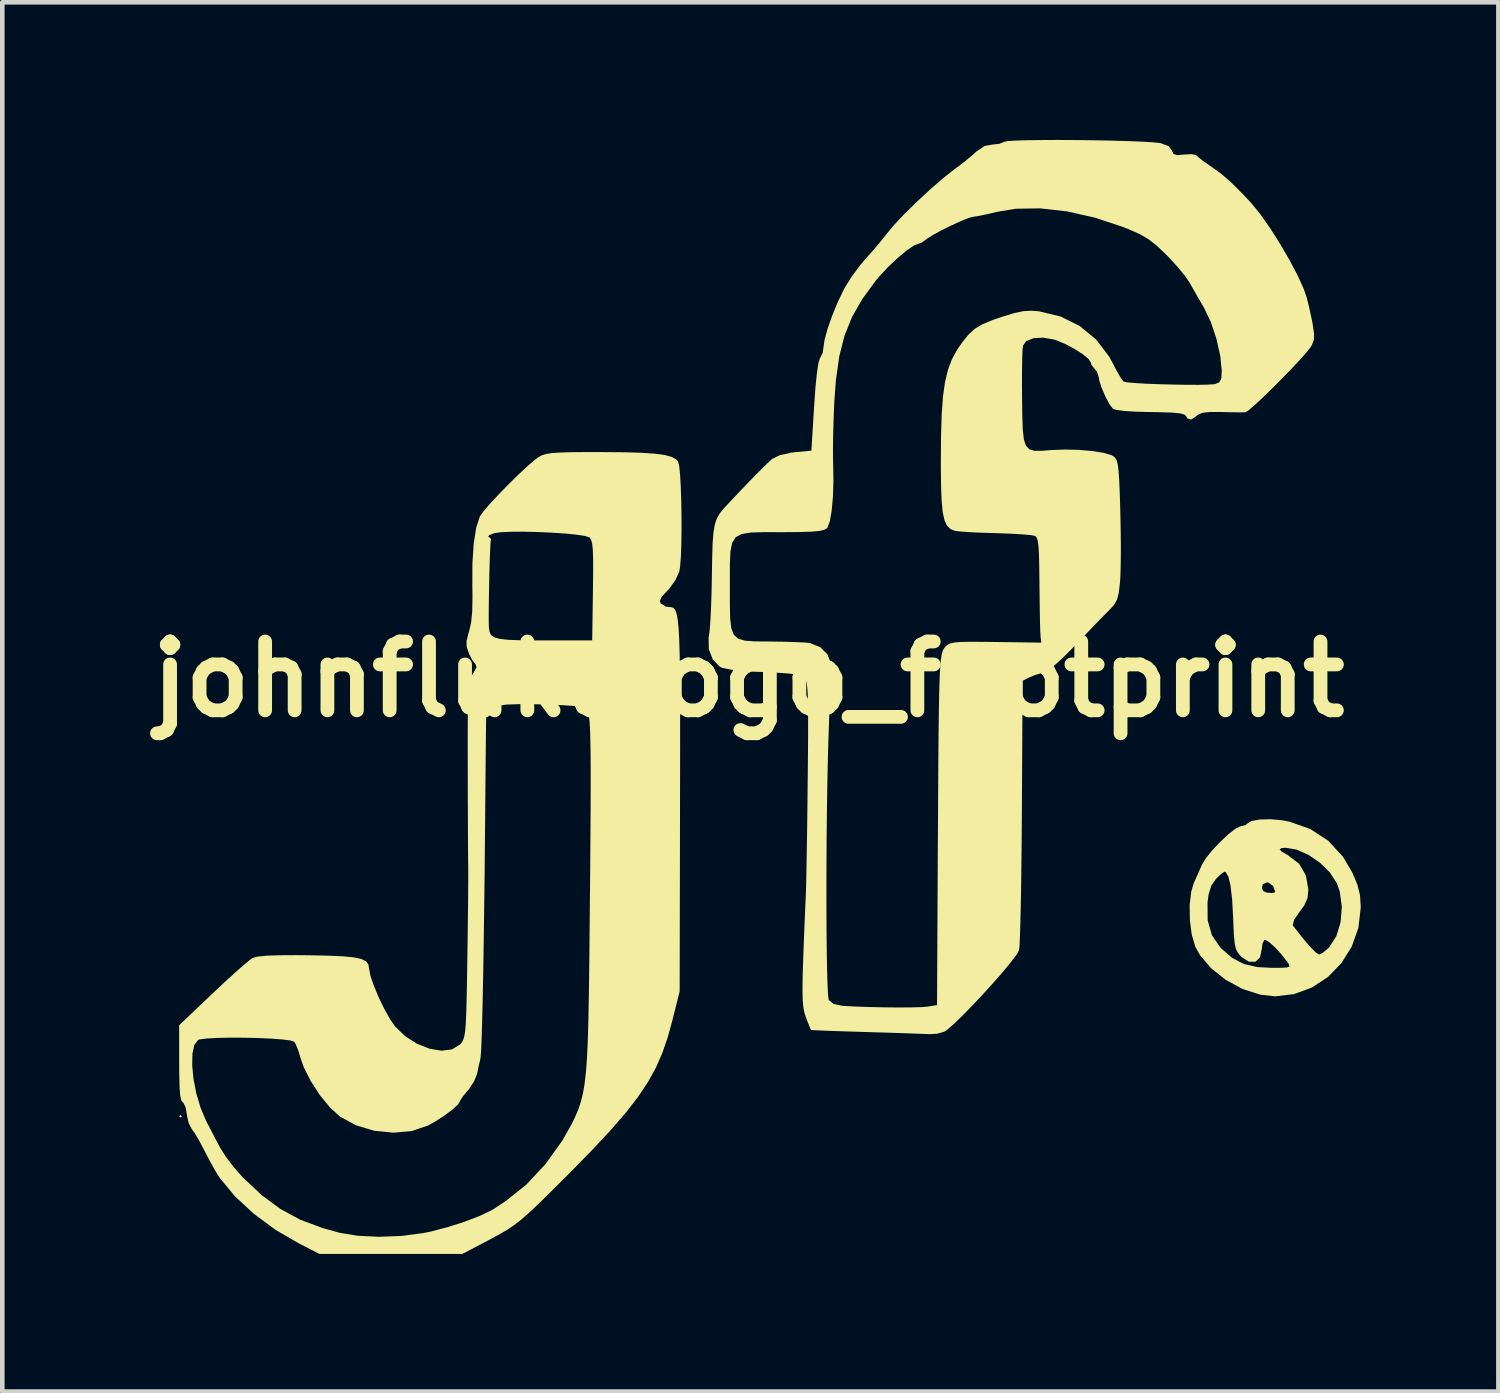
<source format=kicad_pcb>
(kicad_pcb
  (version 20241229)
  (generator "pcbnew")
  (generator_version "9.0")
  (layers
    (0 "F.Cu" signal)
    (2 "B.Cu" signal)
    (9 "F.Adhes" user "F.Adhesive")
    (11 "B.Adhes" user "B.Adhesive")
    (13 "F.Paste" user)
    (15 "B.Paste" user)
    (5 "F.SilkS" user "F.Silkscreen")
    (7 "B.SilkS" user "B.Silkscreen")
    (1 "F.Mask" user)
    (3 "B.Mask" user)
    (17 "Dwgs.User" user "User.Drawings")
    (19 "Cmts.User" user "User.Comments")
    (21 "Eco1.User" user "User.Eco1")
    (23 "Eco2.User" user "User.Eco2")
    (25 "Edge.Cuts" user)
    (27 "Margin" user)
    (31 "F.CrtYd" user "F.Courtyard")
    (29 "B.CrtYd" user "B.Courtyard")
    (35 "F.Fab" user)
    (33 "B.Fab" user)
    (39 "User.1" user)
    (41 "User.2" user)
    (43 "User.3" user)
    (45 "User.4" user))
  (footprint "johnflukelogo_footprint"
    (layer "F.Cu")
    (at 13.264 11.752)
    (property "Reference" "johnflukelogo_footprint" (at 0 0 0) (layer "F.SilkS") (effects (font (size 1.5 1.5) (thickness 0.3))))
    (attr board_only exclude_from_pos_files exclude_from_bom)
    (fp_poly (pts (xy -12.35 9.525) (xy -12.38 9.554) (xy -12.409 9.525) (xy -12.38 9.496)) (stroke (width 0) (type solid)) (fill yes) (layer "F.SilkS"))
    (fp_poly (pts (xy 11.626 3.074) (xy 11.786 3.104) (xy 12.241 3.264) (xy 12.632 3.52) (xy 12.953 3.868) (xy 13.161 4.221) (xy 13.269 4.481) (xy 13.325 4.707) (xy 13.341 4.96) (xy 13.341 4.976) (xy 13.289 5.422) (xy 13.143 5.831) (xy 12.917 6.191) (xy 12.624 6.491) (xy 12.277 6.719) (xy 11.89 6.862) (xy 11.478 6.911) (xy 11.151 6.875) (xy 10.765 6.751) (xy 10.4 6.553) (xy 10.083 6.302) (xy 9.839 6.016) (xy 9.735 5.828) (xy 9.658 5.567) (xy 9.617 5.251) (xy 9.612 4.925) (xy 9.62 4.861) (xy 10.002 4.861) (xy 10.004 5.253) (xy 10.097 5.579) (xy 10.283 5.849) (xy 10.298 5.865) (xy 10.542 6.076) (xy 10.793 6.207) (xy 11.087 6.274) (xy 11.378 6.289) (xy 11.604 6.289) (xy 11.734 6.282) (xy 11.786 6.261) (xy 11.78 6.22) (xy 11.75 6.174) (xy 11.616 6.001) (xy 11.475 5.846) (xy 11.348 5.732) (xy 11.26 5.68) (xy 11.241 5.682) (xy 11.2 5.76) (xy 11.185 5.876) (xy 11.147 6.06) (xy 11.047 6.157) (xy 10.906 6.157) (xy 10.745 6.056) (xy 10.719 6.03) (xy 10.66 5.957) (xy 10.619 5.872) (xy 10.593 5.75) (xy 10.576 5.568) (xy 10.564 5.3) (xy 10.56 5.2) (xy 10.539 4.807) (xy 10.51 4.562) (xy 11.188 4.562) (xy 11.224 4.622) (xy 11.297 4.651) (xy 11.4 4.66) (xy 11.47 4.647) (xy 11.477 4.636) (xy 11.433 4.509) (xy 11.332 4.433) (xy 11.296 4.428) (xy 11.204 4.47) (xy 11.188 4.562) (xy 10.51 4.562) (xy 10.504 4.505) (xy 10.456 4.301) (xy 10.398 4.203) (xy 10.374 4.194) (xy 10.311 4.233) (xy 10.209 4.329) (xy 10.184 4.355) (xy 10.084 4.499) (xy 10.025 4.688) (xy 10.002 4.861) (xy 9.62 4.861) (xy 9.646 4.632) (xy 9.7 4.451) (xy 9.786 4.255) (xy 9.876 4.052) (xy 9.881 4.042) (xy 9.968 3.898) (xy 10.108 3.725) (xy 10.124 3.709) (xy 11.572 3.709) (xy 11.621 3.759) (xy 11.752 3.834) (xy 11.997 4.021) (xy 12.146 4.275) (xy 12.199 4.582) (xy 12.183 4.763) (xy 12.112 4.926) (xy 12.011 5.065) (xy 11.888 5.244) (xy 11.86 5.357) (xy 11.869 5.377) (xy 12.07 5.634) (xy 12.239 5.832) (xy 12.365 5.959) (xy 12.434 6) (xy 12.516 5.961) (xy 12.631 5.864) (xy 12.655 5.84) (xy 12.81 5.6) (xy 12.902 5.294) (xy 12.929 4.959) (xy 12.884 4.63) (xy 12.821 4.448) (xy 12.67 4.213) (xy 12.454 4.001) (xy 12.202 3.828) (xy 11.941 3.713) (xy 11.699 3.673) (xy 11.614 3.682) (xy 11.572 3.709) (xy 10.124 3.709) (xy 10.277 3.546) (xy 10.45 3.384) (xy 10.604 3.263) (xy 10.716 3.206) (xy 10.73 3.204) (xy 10.834 3.176) (xy 10.863 3.149) (xy 10.958 3.091) (xy 11.138 3.058) (xy 11.37 3.052)) (stroke (width 0) (type solid)) (fill yes) (layer "F.SilkS"))
    (fp_poly (pts (xy -2.737 -4.946) (xy -2.345 -4.935) (xy -2.045 -4.915) (xy -1.825 -4.885) (xy -1.672 -4.843) (xy -1.574 -4.789) (xy -1.539 -4.751) (xy -1.514 -4.66) (xy -1.494 -4.476) (xy -1.479 -4.22) (xy -1.468 -3.916) (xy -1.462 -3.585) (xy -1.461 -3.25) (xy -1.466 -2.935) (xy -1.476 -2.661) (xy -1.493 -2.451) (xy -1.511 -2.343) (xy -1.592 -2.164) (xy -1.722 -1.98) (xy -1.774 -1.925) (xy -1.897 -1.792) (xy -1.935 -1.704) (xy -1.914 -1.65) (xy -1.804 -1.583) (xy -1.743 -1.573) (xy -1.694 -1.571) (xy -1.652 -1.56) (xy -1.616 -1.532) (xy -1.586 -1.48) (xy -1.561 -1.395) (xy -1.541 -1.27) (xy -1.524 -1.097) (xy -1.512 -0.868) (xy -1.503 -0.575) (xy -1.497 -0.21) (xy -1.493 0.233) (xy -1.492 0.764) (xy -1.492 1.39) (xy -1.493 2.118) (xy -1.494 2.746) (xy -1.502 6.803) (xy -1.661 7.436) (xy -1.763 7.807) (xy -1.88 8.147) (xy -2.021 8.468) (xy -2.195 8.782) (xy -2.41 9.104) (xy -2.675 9.446) (xy -3 9.822) (xy -3.393 10.243) (xy -3.863 10.724) (xy -3.997 10.858) (xy -4.319 11.179) (xy -4.575 11.431) (xy -4.781 11.625) (xy -4.954 11.776) (xy -5.109 11.897) (xy -5.264 12.001) (xy -5.434 12.1) (xy -5.635 12.209) (xy -5.726 12.257) (xy -6.238 12.525) (xy -7.796 12.525) (xy -9.353 12.525) (xy -9.799 12.297) (xy -10.312 11.998) (xy -10.784 11.649) (xy -11.193 11.27) (xy -11.515 10.882) (xy -11.566 10.807) (xy -11.651 10.663) (xy -11.762 10.46) (xy -11.864 10.264) (xy -11.97 10.063) (xy -12.069 9.895) (xy -12.139 9.796) (xy -12.202 9.673) (xy -12.241 9.501) (xy -12.244 9.473) (xy -12.271 9.322) (xy -12.32 9.229) (xy -12.334 9.221) (xy -12.365 9.177) (xy -12.388 9.065) (xy -12.401 8.871) (xy -12.408 8.582) (xy -12.409 8.414) (xy -12.126 8.414) (xy -12.097 8.711) (xy -12.036 9.026) (xy -11.944 9.336) (xy -11.825 9.62) (xy -11.814 9.642) (xy -11.717 9.828) (xy -11.599 10.055) (xy -11.525 10.195) (xy -11.397 10.4) (xy -11.22 10.634) (xy -11.031 10.848) (xy -11.023 10.856) (xy -10.61 11.245) (xy -10.204 11.545) (xy -9.774 11.778) (xy -9.283 11.961) (xy -8.913 12.064) (xy -8.517 12.129) (xy -8.053 12.152) (xy -7.564 12.133) (xy -7.091 12.071) (xy -6.933 12.039) (xy -6.565 11.943) (xy -6.202 11.828) (xy -5.876 11.704) (xy -5.619 11.583) (xy -5.534 11.533) (xy -5.423 11.459) (xy -5.292 11.372) (xy -4.844 11.015) (xy -4.426 10.567) (xy -4.057 10.052) (xy -3.858 9.7) (xy -3.779 9.537) (xy -3.712 9.379) (xy -3.656 9.213) (xy -3.61 9.028) (xy -3.573 8.813) (xy -3.544 8.556) (xy -3.521 8.247) (xy -3.504 7.872) (xy -3.491 7.421) (xy -3.481 6.883) (xy -3.472 6.247) (xy -3.468 5.855) (xy -3.46 4.96) (xy -3.452 4.173) (xy -3.447 3.49) (xy -3.443 2.9) (xy -3.441 2.399) (xy -3.441 1.978) (xy -3.443 1.63) (xy -3.448 1.348) (xy -3.454 1.124) (xy -3.464 0.953) (xy -3.475 0.825) (xy -3.49 0.735) (xy -3.508 0.674) (xy -3.528 0.636) (xy -3.551 0.613) (xy -3.556 0.61) (xy -3.629 0.597) (xy -3.796 0.583) (xy -4.035 0.568) (xy -4.325 0.554) (xy -4.456 0.549) (xy -4.915 0.541) (xy -5.274 0.553) (xy -5.53 0.586) (xy -5.678 0.64) (xy -5.716 0.689) (xy -5.718 0.755) (xy -5.721 0.923) (xy -5.724 1.179) (xy -5.727 1.508) (xy -5.731 1.897) (xy -5.735 2.331) (xy -5.737 2.563) (xy -5.745 3.453) (xy -5.753 4.288) (xy -5.763 5.062) (xy -5.773 5.769) (xy -5.783 6.401) (xy -5.794 6.953) (xy -5.805 7.418) (xy -5.816 7.79) (xy -5.827 8.062) (xy -5.839 8.227) (xy -5.845 8.272) (xy -5.884 8.44) (xy -5.918 8.601) (xy -5.981 8.762) (xy -6.093 8.933) (xy -6.123 8.968) (xy -6.227 9.093) (xy -6.286 9.185) (xy -6.292 9.203) (xy -6.338 9.274) (xy -6.459 9.383) (xy -6.628 9.509) (xy -6.82 9.634) (xy -6.982 9.725) (xy -7.337 9.846) (xy -7.739 9.883) (xy -8.156 9.841) (xy -8.556 9.722) (xy -8.904 9.532) (xy -9.121 9.335) (xy -9.343 9.064) (xy -9.543 8.756) (xy -9.696 8.451) (xy -9.759 8.27) (xy -9.815 8.086) (xy -9.874 7.946) (xy -9.903 7.9) (xy -9.986 7.873) (xy -10.162 7.851) (xy -10.405 7.833) (xy -10.693 7.82) (xy -11.001 7.813) (xy -11.306 7.812) (xy -11.583 7.818) (xy -11.808 7.83) (xy -11.957 7.849) (xy -11.996 7.862) (xy -12.078 7.967) (xy -12.12 8.159) (xy -12.126 8.414) (xy -12.409 8.414) (xy -12.409 8.366) (xy -12.409 7.541) (xy -11.676 6.843) (xy -11.426 6.609) (xy -11.197 6.4) (xy -11.005 6.231) (xy -10.867 6.116) (xy -10.808 6.075) (xy -10.706 6.046) (xy -10.521 6.027) (xy -10.242 6.016) (xy -9.861 6.014) (xy -9.604 6.016) (xy -9.17 6.025) (xy -8.839 6.039) (xy -8.599 6.063) (xy -8.435 6.099) (xy -8.335 6.149) (xy -8.285 6.217) (xy -8.272 6.299) (xy -8.244 6.454) (xy -8.169 6.675) (xy -8.062 6.931) (xy -7.937 7.189) (xy -7.809 7.416) (xy -7.706 7.564) (xy -7.483 7.781) (xy -7.224 7.946) (xy -6.952 8.053) (xy -6.69 8.096) (xy -6.462 8.067) (xy -6.29 7.962) (xy -6.282 7.953) (xy -6.245 7.907) (xy -6.216 7.852) (xy -6.194 7.776) (xy -6.176 7.664) (xy -6.163 7.502) (xy -6.153 7.278) (xy -6.145 6.977) (xy -6.137 6.586) (xy -6.13 6.133) (xy -6.123 5.682) (xy -6.118 5.252) (xy -6.113 4.862) (xy -6.111 4.53) (xy -6.109 4.275) (xy -6.11 4.116) (xy -6.11 4.107) (xy -6.112 3.962) (xy -6.114 3.718) (xy -6.116 3.392) (xy -6.117 3.003) (xy -6.119 2.566) (xy -6.12 2.101) (xy -6.12 1.897) (xy -6.121 1.382) (xy -6.12 0.97) (xy -6.117 0.648) (xy -6.112 0.404) (xy -6.103 0.225) (xy -6.09 0.097) (xy -6.071 0.008) (xy -6.047 -0.055) (xy -6.017 -0.106) (xy -6.004 -0.124) (xy -5.93 -0.257) (xy -5.949 -0.324) (xy -6.012 -0.401) (xy -6.085 -0.538) (xy -6.097 -0.566) (xy -6.144 -0.707) (xy -6.147 -0.832) (xy -6.105 -0.999) (xy -6.092 -1.039) (xy -6.048 -1.228) (xy -6.023 -1.473) (xy -6.017 -1.799) (xy -6.02 -2.01) (xy -6.019 -2.516) (xy -5.991 -2.947) (xy -5.966 -3.11) (xy -5.676 -3.11) (xy -5.665 -3.104) (xy -5.612 -3.057) (xy -5.616 -3.039) (xy -5.624 -2.972) (xy -5.632 -2.813) (xy -5.641 -2.585) (xy -5.649 -2.313) (xy -5.655 -2.021) (xy -5.66 -1.732) (xy -5.663 -1.471) (xy -5.663 -1.262) (xy -5.66 -1.129) (xy -5.659 -1.126) (xy -5.646 -1.031) (xy -5.61 -0.96) (xy -5.537 -0.91) (xy -5.412 -0.877) (xy -5.219 -0.857) (xy -4.944 -0.848) (xy -4.571 -0.845) (xy -4.452 -0.845) (xy -3.408 -0.845) (xy -3.392 -1.929) (xy -3.388 -2.318) (xy -3.388 -2.607) (xy -3.394 -2.812) (xy -3.408 -2.949) (xy -3.429 -3.033) (xy -3.459 -3.081) (xy -3.467 -3.089) (xy -3.56 -3.12) (xy -3.745 -3.149) (xy -3.997 -3.174) (xy -4.292 -3.194) (xy -4.605 -3.208) (xy -4.911 -3.215) (xy -5.185 -3.213) (xy -5.404 -3.203) (xy -5.534 -3.184) (xy -5.647 -3.143) (xy -5.676 -3.11) (xy -5.966 -3.11) (xy -5.939 -3.29) (xy -5.862 -3.533) (xy -5.852 -3.554) (xy -5.775 -3.662) (xy -5.632 -3.828) (xy -5.444 -4.03) (xy -5.231 -4.248) (xy -5.015 -4.46) (xy -4.816 -4.646) (xy -4.654 -4.785) (xy -4.573 -4.844) (xy -4.501 -4.881) (xy -4.412 -4.909) (xy -4.288 -4.928) (xy -4.113 -4.94) (xy -3.868 -4.947) (xy -3.536 -4.95) (xy -3.233 -4.95)) (stroke (width 0) (type solid)) (fill yes) (layer "F.SilkS"))
    (fp_poly (pts (xy 7.118 -11.75) (xy 7.51 -11.745) (xy 7.891 -11.738) (xy 8.245 -11.728) (xy 8.552 -11.716) (xy 8.796 -11.702) (xy 8.957 -11.686) (xy 8.981 -11.682) (xy 9.155 -11.617) (xy 9.225 -11.521) (xy 9.262 -11.446) (xy 9.342 -11.421) (xy 9.493 -11.434) (xy 9.648 -11.442) (xy 9.747 -11.425) (xy 9.761 -11.414) (xy 9.823 -11.357) (xy 9.953 -11.26) (xy 10.097 -11.161) (xy 10.309 -11.007) (xy 10.526 -10.818) (xy 10.772 -10.572) (xy 10.96 -10.371) (xy 11.15 -10.137) (xy 11.362 -9.836) (xy 11.579 -9.495) (xy 11.785 -9.141) (xy 11.963 -8.803) (xy 12.098 -8.507) (xy 12.16 -8.331) (xy 12.214 -8.116) (xy 12.269 -7.862) (xy 12.294 -7.734) (xy 12.323 -7.529) (xy 12.319 -7.395) (xy 12.278 -7.287) (xy 12.25 -7.24) (xy 12.163 -7.128) (xy 12.019 -6.965) (xy 11.834 -6.767) (xy 11.626 -6.553) (xy 11.412 -6.338) (xy 11.208 -6.14) (xy 11.032 -5.976) (xy 10.901 -5.863) (xy 10.831 -5.818) (xy 10.83 -5.818) (xy 10.735 -5.816) (xy 10.559 -5.817) (xy 10.338 -5.822) (xy 10.307 -5.823) (xy 10.056 -5.824) (xy 9.894 -5.806) (xy 9.796 -5.765) (xy 9.772 -5.744) (xy 9.649 -5.659) (xy 9.563 -5.684) (xy 9.535 -5.733) (xy 9.496 -5.769) (xy 9.399 -5.794) (xy 9.228 -5.81) (xy 8.967 -5.819) (xy 8.761 -5.822) (xy 8.437 -5.83) (xy 8.18 -5.847) (xy 8.007 -5.87) (xy 7.941 -5.893) (xy 7.864 -5.994) (xy 7.775 -6.162) (xy 7.694 -6.351) (xy 7.641 -6.516) (xy 7.632 -6.583) (xy 7.59 -6.705) (xy 7.544 -6.758) (xy 7.47 -6.854) (xy 7.457 -6.904) (xy 7.408 -6.981) (xy 7.28 -7.085) (xy 7.102 -7.199) (xy 6.901 -7.306) (xy 6.707 -7.386) (xy 6.661 -7.401) (xy 6.419 -7.444) (xy 6.206 -7.431) (xy 6.049 -7.366) (xy 5.981 -7.271) (xy 5.971 -7.174) (xy 5.963 -6.982) (xy 5.959 -6.717) (xy 5.958 -6.401) (xy 5.96 -6.132) (xy 5.965 -5.732) (xy 5.976 -5.434) (xy 6 -5.223) (xy 6.045 -5.087) (xy 6.119 -5.01) (xy 6.23 -4.978) (xy 6.384 -4.977) (xy 6.58 -4.993) (xy 6.882 -5.005) (xy 7.195 -4.998) (xy 7.49 -4.973) (xy 7.738 -4.933) (xy 7.911 -4.881) (xy 7.952 -4.858) (xy 7.993 -4.82) (xy 8.024 -4.764) (xy 8.047 -4.672) (xy 8.064 -4.53) (xy 8.078 -4.319) (xy 8.09 -4.024) (xy 8.101 -3.653) (xy 8.109 -3.27) (xy 8.113 -2.895) (xy 8.111 -2.556) (xy 8.104 -2.282) (xy 8.095 -2.116) (xy 8.068 -1.886) (xy 8.03 -1.734) (xy 7.965 -1.619) (xy 7.858 -1.504) (xy 7.742 -1.387) (xy 7.569 -1.209) (xy 7.361 -0.993) (xy 7.142 -0.763) (xy 7.124 -0.744) (xy 6.847 -0.464) (xy 6.629 -0.269) (xy 6.473 -0.163) (xy 6.425 -0.145) (xy 6.243 -0.091) (xy 6.117 -0.039) (xy 5.971 0.034) (xy 5.956 2.881) (xy 5.952 3.452) (xy 5.946 3.992) (xy 5.94 4.489) (xy 5.932 4.93) (xy 5.923 5.304) (xy 5.914 5.599) (xy 5.905 5.803) (xy 5.895 5.902) (xy 5.895 5.905) (xy 5.841 6.002) (xy 5.719 6.164) (xy 5.547 6.373) (xy 5.339 6.611) (xy 5.112 6.861) (xy 4.882 7.106) (xy 4.664 7.329) (xy 4.475 7.512) (xy 4.33 7.638) (xy 4.265 7.682) (xy 4.108 7.726) (xy 3.944 7.736) (xy 3.83 7.731) (xy 3.62 7.723) (xy 3.336 7.713) (xy 2.998 7.702) (xy 2.628 7.691) (xy 2.563 7.689) (xy 2.204 7.678) (xy 1.887 7.668) (xy 1.629 7.658) (xy 1.449 7.65) (xy 1.364 7.644) (xy 1.359 7.643) (xy 1.335 7.587) (xy 1.283 7.458) (xy 1.252 7.377) (xy 1.216 7.266) (xy 1.192 7.14) (xy 1.179 6.978) (xy 1.175 6.759) (xy 1.179 6.463) (xy 1.19 6.11) (xy 1.203 5.748) (xy 1.217 5.399) (xy 1.23 5.091) (xy 1.24 4.853) (xy 1.246 4.748) (xy 1.251 4.609) (xy 1.257 4.37) (xy 1.263 4.046) (xy 1.27 3.652) (xy 1.277 3.204) (xy 1.283 2.718) (xy 1.288 2.23) (xy 1.294 1.665) (xy 1.297 1.205) (xy 1.297 0.838) (xy 1.295 0.555) (xy 1.289 0.342) (xy 1.28 0.19) (xy 1.266 0.086) (xy 1.248 0.019) (xy 1.226 -0.022) (xy 1.217 -0.032) (xy 1.152 -0.072) (xy 1.038 -0.103) (xy 0.858 -0.126) (xy 0.593 -0.144) (xy 0.314 -0.157) (xy -0.09 -0.178) (xy -0.383 -0.208) (xy -0.568 -0.245) (xy -0.627 -0.271) (xy -0.781 -0.431) (xy -0.867 -0.657) (xy -0.871 -0.91) (xy -0.863 -0.948) (xy -0.847 -1.076) (xy -0.831 -1.298) (xy -0.817 -1.59) (xy -0.806 -1.928) (xy -0.802 -2.137) (xy -0.408 -2.137) (xy -0.408 -2.023) (xy -0.408 -1.621) (xy -0.401 -1.321) (xy -0.376 -1.108) (xy -0.321 -0.967) (xy -0.227 -0.882) (xy -0.081 -0.84) (xy 0.126 -0.824) (xy 0.407 -0.822) (xy 0.48 -0.821) (xy 0.77 -0.817) (xy 1.027 -0.809) (xy 1.225 -0.799) (xy 1.333 -0.789) (xy 1.563 -0.698) (xy 1.718 -0.542) (xy 1.767 -0.415) (xy 1.775 -0.305) (xy 1.778 -0.099) (xy 1.775 0.183) (xy 1.768 0.52) (xy 1.755 0.894) (xy 1.751 1.002) (xy 1.737 1.402) (xy 1.725 1.858) (xy 1.715 2.357) (xy 1.707 2.886) (xy 1.701 3.433) (xy 1.698 3.983) (xy 1.696 4.525) (xy 1.697 5.044) (xy 1.699 5.53) (xy 1.704 5.967) (xy 1.711 6.343) (xy 1.72 6.646) (xy 1.731 6.862) (xy 1.744 6.979) (xy 1.749 6.993) (xy 1.854 7.079) (xy 2.054 7.119) (xy 2.313 7.133) (xy 2.62 7.144) (xy 2.948 7.151) (xy 3.268 7.154) (xy 3.553 7.152) (xy 3.775 7.146) (xy 3.903 7.135) (xy 4.107 7.102) (xy 4.123 3.886) (xy 4.128 3.061) (xy 4.132 2.346) (xy 4.136 1.73) (xy 4.14 1.207) (xy 4.146 0.769) (xy 4.152 0.408) (xy 4.159 0.115) (xy 4.168 -0.118) (xy 4.179 -0.297) (xy 4.192 -0.432) (xy 4.207 -0.531) (xy 4.225 -0.6) (xy 4.246 -0.649) (xy 4.27 -0.685) (xy 4.286 -0.704) (xy 4.332 -0.748) (xy 4.391 -0.779) (xy 4.48 -0.799) (xy 4.618 -0.811) (xy 4.823 -0.815) (xy 5.114 -0.814) (xy 5.387 -0.811) (xy 6.379 -0.797) (xy 6.363 -0.937) (xy 6.357 -1.041) (xy 6.351 -1.238) (xy 6.346 -1.507) (xy 6.342 -1.825) (xy 6.339 -2.08) (xy 6.335 -2.451) (xy 6.328 -2.722) (xy 6.317 -2.908) (xy 6.299 -3.026) (xy 6.274 -3.093) (xy 6.24 -3.123) (xy 6.239 -3.124) (xy 6.148 -3.141) (xy 5.966 -3.157) (xy 5.717 -3.171) (xy 5.429 -3.182) (xy 5.389 -3.183) (xy 5.092 -3.192) (xy 4.829 -3.204) (xy 4.625 -3.218) (xy 4.508 -3.231) (xy 4.501 -3.232) (xy 4.402 -3.271) (xy 4.326 -3.343) (xy 4.27 -3.461) (xy 4.231 -3.639) (xy 4.207 -3.891) (xy 4.194 -4.23) (xy 4.19 -4.67) (xy 4.19 -4.735) (xy 4.194 -5.307) (xy 4.209 -5.778) (xy 4.237 -6.164) (xy 4.282 -6.481) (xy 4.345 -6.744) (xy 4.431 -6.97) (xy 4.54 -7.173) (xy 4.655 -7.34) (xy 4.793 -7.511) (xy 4.929 -7.636) (xy 5.096 -7.735) (xy 5.323 -7.829) (xy 5.518 -7.896) (xy 5.785 -7.978) (xy 5.988 -8.021) (xy 6.17 -8.03) (xy 6.33 -8.017) (xy 6.794 -7.907) (xy 7.215 -7.698) (xy 7.575 -7.402) (xy 7.858 -7.031) (xy 7.927 -6.904) (xy 8.027 -6.712) (xy 8.113 -6.563) (xy 8.17 -6.488) (xy 8.173 -6.485) (xy 8.254 -6.469) (xy 8.426 -6.454) (xy 8.666 -6.44) (xy 8.949 -6.429) (xy 9.251 -6.421) (xy 9.546 -6.416) (xy 9.811 -6.415) (xy 10.02 -6.42) (xy 10.15 -6.429) (xy 10.167 -6.432) (xy 10.26 -6.472) (xy 10.302 -6.552) (xy 10.312 -6.711) (xy 10.312 -6.715) (xy 10.28 -7.045) (xy 10.196 -7.419) (xy 10.073 -7.786) (xy 9.925 -8.095) (xy 9.924 -8.097) (xy 9.799 -8.311) (xy 9.677 -8.525) (xy 9.611 -8.643) (xy 9.512 -8.787) (xy 9.357 -8.977) (xy 9.171 -9.181) (xy 9.098 -9.255) (xy 8.895 -9.448) (xy 8.719 -9.587) (xy 8.53 -9.697) (xy 8.287 -9.805) (xy 8.156 -9.857) (xy 7.543 -10.06) (xy 6.936 -10.196) (xy 6.355 -10.261) (xy 5.822 -10.253) (xy 5.423 -10.187) (xy 5.202 -10.135) (xy 5.017 -10.096) (xy 4.903 -10.079) (xy 4.895 -10.078) (xy 4.795 -10.052) (xy 4.626 -9.984) (xy 4.419 -9.889) (xy 4.205 -9.783) (xy 4.017 -9.681) (xy 3.887 -9.599) (xy 3.857 -9.574) (xy 3.761 -9.508) (xy 3.718 -9.496) (xy 3.609 -9.455) (xy 3.447 -9.344) (xy 3.253 -9.183) (xy 3.048 -8.991) (xy 2.855 -8.785) (xy 2.768 -8.681) (xy 2.478 -8.285) (xy 2.255 -7.895) (xy 2.091 -7.487) (xy 1.976 -7.036) (xy 1.903 -6.517) (xy 1.867 -6.03) (xy 1.853 -5.674) (xy 1.843 -5.315) (xy 1.839 -4.989) (xy 1.841 -4.734) (xy 1.843 -4.69) (xy 1.849 -4.318) (xy 1.838 -3.973) (xy 1.811 -3.676) (xy 1.772 -3.447) (xy 1.722 -3.308) (xy 1.707 -3.289) (xy 1.648 -3.255) (xy 1.54 -3.231) (xy 1.365 -3.215) (xy 1.107 -3.207) (xy 0.751 -3.204) (xy 0.724 -3.204) (xy 0.342 -3.205) (xy 0.057 -3.197) (xy -0.146 -3.165) (xy -0.279 -3.096) (xy -0.357 -2.973) (xy -0.396 -2.782) (xy -0.408 -2.508) (xy -0.408 -2.137) (xy -0.802 -2.137) (xy -0.8 -2.262) (xy -0.793 -2.669) (xy -0.783 -2.978) (xy -0.764 -3.209) (xy -0.734 -3.38) (xy -0.689 -3.51) (xy -0.624 -3.619) (xy -0.536 -3.726) (xy -0.499 -3.766) (xy -0.239 -4.043) (xy 0.008 -4.301) (xy 0.224 -4.522) (xy 0.396 -4.692) (xy 0.506 -4.794) (xy 0.515 -4.801) (xy 0.68 -4.882) (xy 0.928 -4.937) (xy 1.012 -4.947) (xy 1.369 -4.981) (xy 1.429 -5.955) (xy 1.457 -6.357) (xy 1.489 -6.67) (xy 1.521 -6.885) (xy 1.554 -6.994) (xy 1.56 -7.001) (xy 1.615 -7.111) (xy 1.631 -7.225) (xy 1.656 -7.399) (xy 1.724 -7.644) (xy 1.824 -7.928) (xy 1.944 -8.22) (xy 2.073 -8.488) (xy 2.098 -8.536) (xy 2.25 -8.778) (xy 2.437 -9.03) (xy 2.561 -9.175) (xy 2.732 -9.366) (xy 2.896 -9.562) (xy 2.995 -9.688) (xy 3.16 -9.888) (xy 3.392 -10.135) (xy 3.667 -10.405) (xy 3.96 -10.676) (xy 4.245 -10.923) (xy 4.498 -11.123) (xy 4.544 -11.156) (xy 4.727 -11.295) (xy 4.899 -11.44) (xy 4.953 -11.491) (xy 5.143 -11.621) (xy 5.313 -11.651) (xy 5.466 -11.668) (xy 5.568 -11.709) (xy 5.572 -11.712) (xy 5.644 -11.727) (xy 5.814 -11.738) (xy 6.065 -11.746) (xy 6.378 -11.75) (xy 6.735 -11.752)) (stroke (width 0) (type solid)) (fill yes) (layer "F.SilkS")))
  (gr_rect
    (start -3 -3)
    (end 29.605 27.277)
    (stroke (width 0.1) (type default))
    (fill no)
    (layer "Edge.Cuts")))
</source>
